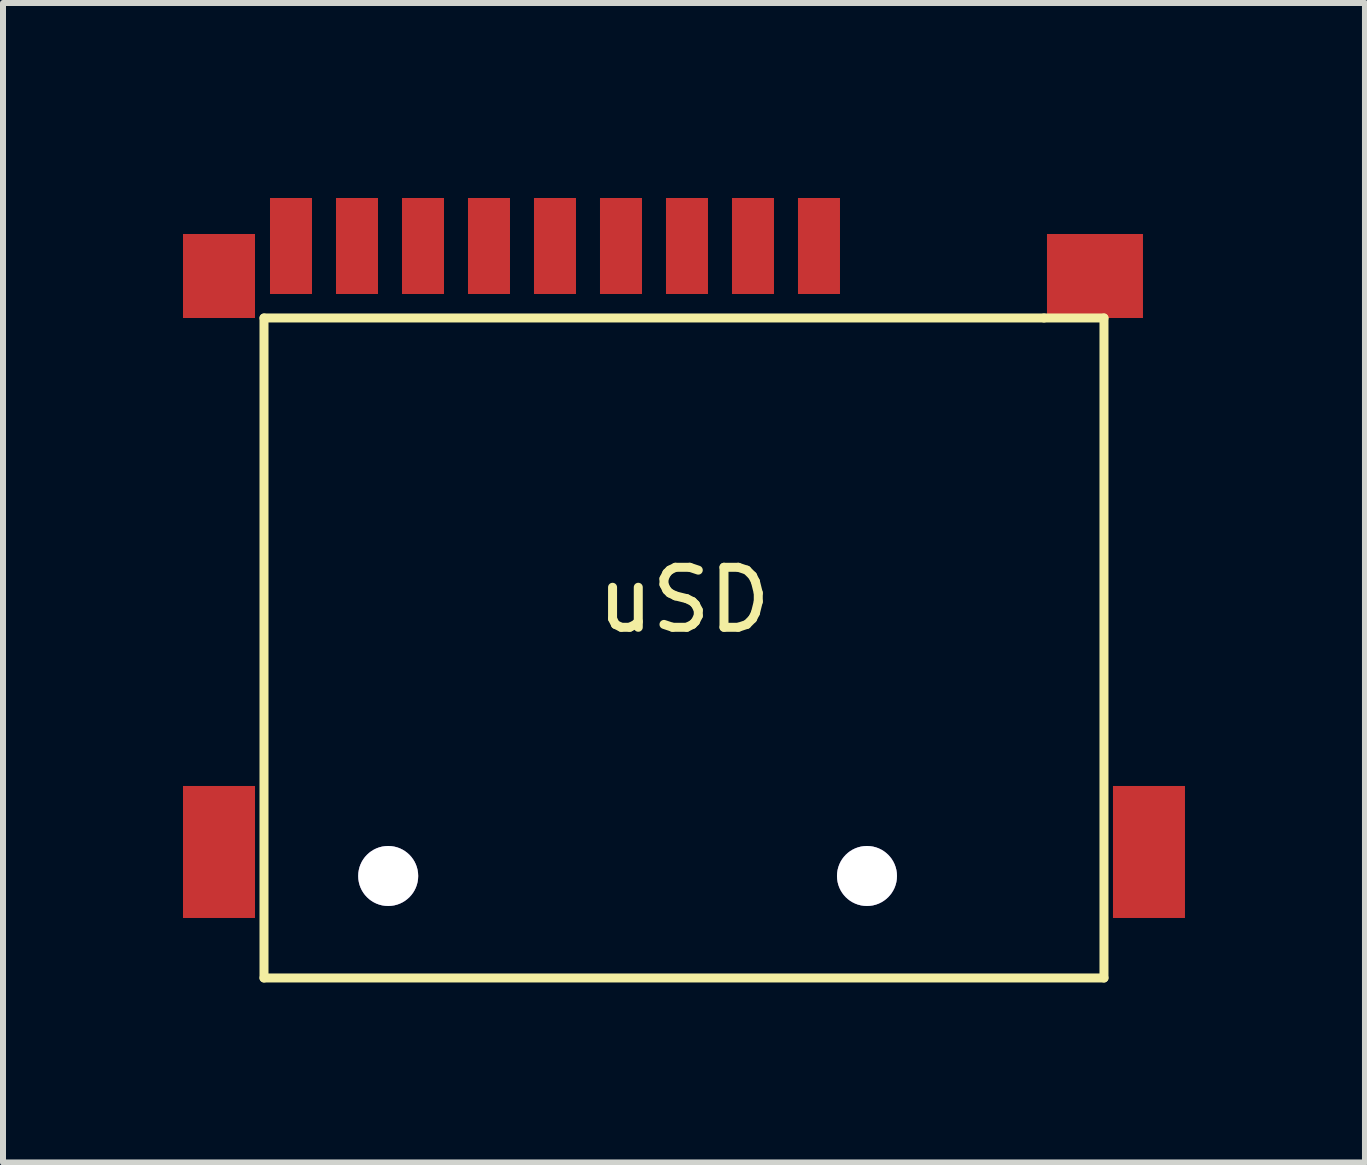
<source format=kicad_pcb>
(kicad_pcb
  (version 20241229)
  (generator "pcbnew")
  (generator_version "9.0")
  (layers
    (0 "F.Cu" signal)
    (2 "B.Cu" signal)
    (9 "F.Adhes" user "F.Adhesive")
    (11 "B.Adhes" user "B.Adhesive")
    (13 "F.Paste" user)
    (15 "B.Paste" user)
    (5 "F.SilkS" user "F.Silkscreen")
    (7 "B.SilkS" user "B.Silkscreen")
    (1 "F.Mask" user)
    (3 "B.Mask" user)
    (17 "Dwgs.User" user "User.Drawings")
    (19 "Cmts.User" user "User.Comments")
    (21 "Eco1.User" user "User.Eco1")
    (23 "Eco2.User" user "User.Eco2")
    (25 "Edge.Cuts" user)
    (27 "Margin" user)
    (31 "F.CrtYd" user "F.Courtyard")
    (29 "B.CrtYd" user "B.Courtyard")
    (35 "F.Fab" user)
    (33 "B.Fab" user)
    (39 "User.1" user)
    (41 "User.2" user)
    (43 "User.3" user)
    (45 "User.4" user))
  (footprint "uSD"
    (layer "F.Cu")
    (at 8.35 0.25)
    (property "Reference" "uSD" (at 0 6.7 0) (layer "F.SilkS") (effects (font (size 1 1) (thickness 0.15))))
    (attr through_hole)
    (fp_line (start -7 2) (end 6 2) (stroke (width 0.15) (type solid)) (layer "F.SilkS"))
    (fp_line (start -7 13) (end -7 2) (stroke (width 0.15) (type solid)) (layer "F.SilkS"))
    (fp_line (start 6 2) (end 7 2) (stroke (width 0.15) (type solid)) (layer "F.SilkS"))
    (fp_line (start 7 2) (end 7 13) (stroke (width 0.15) (type solid)) (layer "F.SilkS"))
    (fp_line (start 7 13) (end -7 13) (stroke (width 0.15) (type solid)) (layer "F.SilkS"))
    (pad "" smd rect (at -7.75 1.3) (size 1.2 1.4) (layers "F.Cu" "F.Mask" "F.Paste"))
    (pad "" smd rect (at -7.75 10.9) (size 1.2 2.2) (layers "F.Cu" "F.Mask" "F.Paste"))
    (pad "" thru_hole circle (at -4.93 11.3) (size 1 1) (drill 1) (layers "*.Cu" "*.Mask"))
    (pad "" thru_hole circle (at 3.05 11.3) (size 1 1) (drill 1) (layers "*.Cu" "*.Mask"))
    (pad "" smd rect (at 6.85 1.3) (size 1.6 1.4) (layers "F.Cu" "F.Mask" "F.Paste"))
    (pad "" smd rect (at 7.75 10.9) (size 1.2 2.2) (layers "F.Cu" "F.Mask" "F.Paste"))
    (pad "1" smd rect (at 2.25 0.8) (size 0.7 1.6) (layers "F.Cu" "F.Mask" "F.Paste"))
    (pad "2" smd rect (at 1.15 0.8) (size 0.7 1.6) (layers "F.Cu" "F.Mask" "F.Paste"))
    (pad "3" smd rect (at 0.05 0.8) (size 0.7 1.6) (layers "F.Cu" "F.Mask" "F.Paste"))
    (pad "4" smd rect (at -1.05 0.8) (size 0.7 1.6) (layers "F.Cu" "F.Mask" "F.Paste"))
    (pad "5" smd rect (at -2.15 0.8) (size 0.7 1.6) (layers "F.Cu" "F.Mask" "F.Paste"))
    (pad "6" smd rect (at -3.25 0.8) (size 0.7 1.6) (layers "F.Cu" "F.Mask" "F.Paste"))
    (pad "7" smd rect (at -4.35 0.8) (size 0.7 1.6) (layers "F.Cu" "F.Mask" "F.Paste"))
    (pad "8" smd rect (at -5.45 0.8) (size 0.7 1.6) (layers "F.Cu" "F.Mask" "F.Paste"))
    (pad "9" smd rect (at -6.55 0.8) (size 0.7 1.6) (layers "F.Cu" "F.Mask" "F.Paste")))
  (gr_rect
    (start -3 -3)
    (end 19.7 16.325)
    (stroke (width 0.1) (type default))
    (fill no)
    (layer "Edge.Cuts")))
</source>
